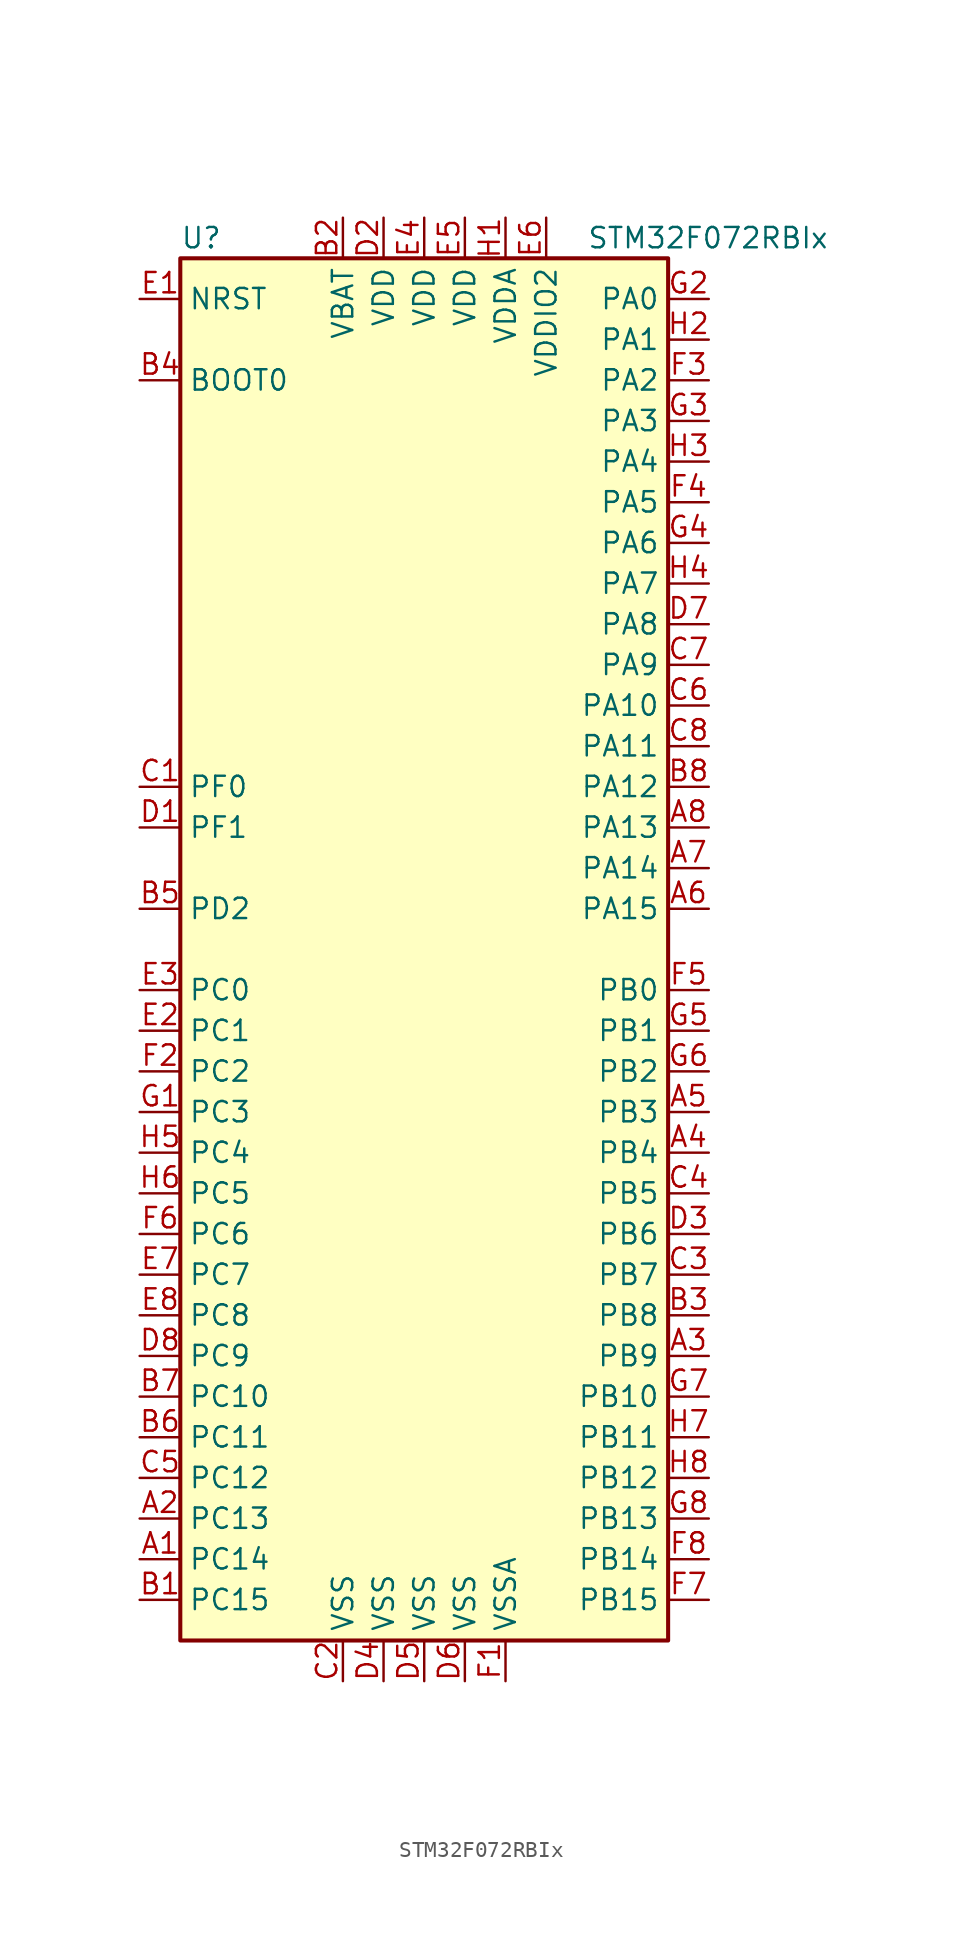
<source format=kicad_sym>
(kicad_symbol_lib
  (version 20201005)
  (generator kicad_symbol_editor)
  (symbol "STM32F072RBIx"
    (property "Reference" "U"
      (at -15.24 44.45 0)
      (effects (font (size 1.27 1.27)) (justify left)))
    (property "Value" "STM32F072RBIx"
      (at 10.16 44.45 0)
      (effects (font (size 1.27 1.27)) (justify left)))
    (symbol "STM32F072RBIx_0_1"
      (rectangle (start -15.24 -43.18) (end 15.24 43.18) (stroke (width 0.254)) (fill (type background))))
    (symbol "STM32F072RBIx_1_1"
      (pin bidirectional line (at -17.78 -38.1 0) (length 2.54) (name "PC14" (effects (font (size 1.27 1.27)))) (number "A1" (effects (font (size 1.27 1.27)))))
      (pin bidirectional line (at -17.78 -35.56 0) (length 2.54) (name "PC13" (effects (font (size 1.27 1.27)))) (number "A2" (effects (font (size 1.27 1.27)))))
      (pin bidirectional line (at 17.78 -25.4 180) (length 2.54) (name "PB9" (effects (font (size 1.27 1.27)))) (number "A3" (effects (font (size 1.27 1.27)))))
      (pin bidirectional line (at 17.78 -12.7 180) (length 2.54) (name "PB4" (effects (font (size 1.27 1.27)))) (number "A4" (effects (font (size 1.27 1.27)))))
      (pin bidirectional line (at 17.78 -10.16 180) (length 2.54) (name "PB3" (effects (font (size 1.27 1.27)))) (number "A5" (effects (font (size 1.27 1.27)))))
      (pin bidirectional line (at 17.78 2.54 180) (length 2.54) (name "PA15" (effects (font (size 1.27 1.27)))) (number "A6" (effects (font (size 1.27 1.27)))))
      (pin bidirectional line (at 17.78 5.08 180) (length 2.54) (name "PA14" (effects (font (size 1.27 1.27)))) (number "A7" (effects (font (size 1.27 1.27)))))
      (pin bidirectional line (at 17.78 7.62 180) (length 2.54) (name "PA13" (effects (font (size 1.27 1.27)))) (number "A8" (effects (font (size 1.27 1.27)))))
      (pin bidirectional line (at -17.78 -40.64 0) (length 2.54) (name "PC15" (effects (font (size 1.27 1.27)))) (number "B1" (effects (font (size 1.27 1.27)))))
      (pin power_in line (at -5.08 45.72 270) (length 2.54) (name "VBAT" (effects (font (size 1.27 1.27)))) (number "B2" (effects (font (size 1.27 1.27)))))
      (pin bidirectional line (at 17.78 -22.86 180) (length 2.54) (name "PB8" (effects (font (size 1.27 1.27)))) (number "B3" (effects (font (size 1.27 1.27)))))
      (pin input line (at -17.78 35.56 0) (length 2.54) (name "BOOT0" (effects (font (size 1.27 1.27)))) (number "B4" (effects (font (size 1.27 1.27)))))
      (pin bidirectional line (at -17.78 2.54 0) (length 2.54) (name "PD2" (effects (font (size 1.27 1.27)))) (number "B5" (effects (font (size 1.27 1.27)))))
      (pin bidirectional line (at -17.78 -30.48 0) (length 2.54) (name "PC11" (effects (font (size 1.27 1.27)))) (number "B6" (effects (font (size 1.27 1.27)))))
      (pin bidirectional line (at -17.78 -27.94 0) (length 2.54) (name "PC10" (effects (font (size 1.27 1.27)))) (number "B7" (effects (font (size 1.27 1.27)))))
      (pin bidirectional line (at 17.78 10.16 180) (length 2.54) (name "PA12" (effects (font (size 1.27 1.27)))) (number "B8" (effects (font (size 1.27 1.27)))))
      (pin input line (at -17.78 10.16 0) (length 2.54) (name "PF0" (effects (font (size 1.27 1.27)))) (number "C1" (effects (font (size 1.27 1.27)))))
      (pin power_in line (at -5.08 -45.72 90) (length 2.54) (name "VSS" (effects (font (size 1.27 1.27)))) (number "C2" (effects (font (size 1.27 1.27)))))
      (pin bidirectional line (at 17.78 -20.32 180) (length 2.54) (name "PB7" (effects (font (size 1.27 1.27)))) (number "C3" (effects (font (size 1.27 1.27)))))
      (pin bidirectional line (at 17.78 -15.24 180) (length 2.54) (name "PB5" (effects (font (size 1.27 1.27)))) (number "C4" (effects (font (size 1.27 1.27)))))
      (pin bidirectional line (at -17.78 -33.02 0) (length 2.54) (name "PC12" (effects (font (size 1.27 1.27)))) (number "C5" (effects (font (size 1.27 1.27)))))
      (pin bidirectional line (at 17.78 15.24 180) (length 2.54) (name "PA10" (effects (font (size 1.27 1.27)))) (number "C6" (effects (font (size 1.27 1.27)))))
      (pin bidirectional line (at 17.78 17.78 180) (length 2.54) (name "PA9" (effects (font (size 1.27 1.27)))) (number "C7" (effects (font (size 1.27 1.27)))))
      (pin bidirectional line (at 17.78 12.7 180) (length 2.54) (name "PA11" (effects (font (size 1.27 1.27)))) (number "C8" (effects (font (size 1.27 1.27)))))
      (pin input line (at -17.78 7.62 0) (length 2.54) (name "PF1" (effects (font (size 1.27 1.27)))) (number "D1" (effects (font (size 1.27 1.27)))))
      (pin power_in line (at -2.54 45.72 270) (length 2.54) (name "VDD" (effects (font (size 1.27 1.27)))) (number "D2" (effects (font (size 1.27 1.27)))))
      (pin bidirectional line (at 17.78 -17.78 180) (length 2.54) (name "PB6" (effects (font (size 1.27 1.27)))) (number "D3" (effects (font (size 1.27 1.27)))))
      (pin power_in line (at -2.54 -45.72 90) (length 2.54) (name "VSS" (effects (font (size 1.27 1.27)))) (number "D4" (effects (font (size 1.27 1.27)))))
      (pin power_in line (at 0 -45.72 90) (length 2.54) (name "VSS" (effects (font (size 1.27 1.27)))) (number "D5" (effects (font (size 1.27 1.27)))))
      (pin power_in line (at 2.54 -45.72 90) (length 2.54) (name "VSS" (effects (font (size 1.27 1.27)))) (number "D6" (effects (font (size 1.27 1.27)))))
      (pin bidirectional line (at 17.78 20.32 180) (length 2.54) (name "PA8" (effects (font (size 1.27 1.27)))) (number "D7" (effects (font (size 1.27 1.27)))))
      (pin bidirectional line (at -17.78 -25.4 0) (length 2.54) (name "PC9" (effects (font (size 1.27 1.27)))) (number "D8" (effects (font (size 1.27 1.27)))))
      (pin input line (at -17.78 40.64 0) (length 2.54) (name "NRST" (effects (font (size 1.27 1.27)))) (number "E1" (effects (font (size 1.27 1.27)))))
      (pin bidirectional line (at -17.78 -5.08 0) (length 2.54) (name "PC1" (effects (font (size 1.27 1.27)))) (number "E2" (effects (font (size 1.27 1.27)))))
      (pin bidirectional line (at -17.78 -2.54 0) (length 2.54) (name "PC0" (effects (font (size 1.27 1.27)))) (number "E3" (effects (font (size 1.27 1.27)))))
      (pin power_in line (at 0 45.72 270) (length 2.54) (name "VDD" (effects (font (size 1.27 1.27)))) (number "E4" (effects (font (size 1.27 1.27)))))
      (pin power_in line (at 2.54 45.72 270) (length 2.54) (name "VDD" (effects (font (size 1.27 1.27)))) (number "E5" (effects (font (size 1.27 1.27)))))
      (pin power_in line (at 7.62 45.72 270) (length 2.54) (name "VDDIO2" (effects (font (size 1.27 1.27)))) (number "E6" (effects (font (size 1.27 1.27)))))
      (pin bidirectional line (at -17.78 -20.32 0) (length 2.54) (name "PC7" (effects (font (size 1.27 1.27)))) (number "E7" (effects (font (size 1.27 1.27)))))
      (pin bidirectional line (at -17.78 -22.86 0) (length 2.54) (name "PC8" (effects (font (size 1.27 1.27)))) (number "E8" (effects (font (size 1.27 1.27)))))
      (pin power_in line (at 5.08 -45.72 90) (length 2.54) (name "VSSA" (effects (font (size 1.27 1.27)))) (number "F1" (effects (font (size 1.27 1.27)))))
      (pin bidirectional line (at -17.78 -7.62 0) (length 2.54) (name "PC2" (effects (font (size 1.27 1.27)))) (number "F2" (effects (font (size 1.27 1.27)))))
      (pin bidirectional line (at 17.78 35.56 180) (length 2.54) (name "PA2" (effects (font (size 1.27 1.27)))) (number "F3" (effects (font (size 1.27 1.27)))))
      (pin bidirectional line (at 17.78 27.94 180) (length 2.54) (name "PA5" (effects (font (size 1.27 1.27)))) (number "F4" (effects (font (size 1.27 1.27)))))
      (pin bidirectional line (at 17.78 -2.54 180) (length 2.54) (name "PB0" (effects (font (size 1.27 1.27)))) (number "F5" (effects (font (size 1.27 1.27)))))
      (pin bidirectional line (at -17.78 -17.78 0) (length 2.54) (name "PC6" (effects (font (size 1.27 1.27)))) (number "F6" (effects (font (size 1.27 1.27)))))
      (pin bidirectional line (at 17.78 -40.64 180) (length 2.54) (name "PB15" (effects (font (size 1.27 1.27)))) (number "F7" (effects (font (size 1.27 1.27)))))
      (pin bidirectional line (at 17.78 -38.1 180) (length 2.54) (name "PB14" (effects (font (size 1.27 1.27)))) (number "F8" (effects (font (size 1.27 1.27)))))
      (pin bidirectional line (at -17.78 -10.16 0) (length 2.54) (name "PC3" (effects (font (size 1.27 1.27)))) (number "G1" (effects (font (size 1.27 1.27)))))
      (pin bidirectional line (at 17.78 40.64 180) (length 2.54) (name "PA0" (effects (font (size 1.27 1.27)))) (number "G2" (effects (font (size 1.27 1.27)))))
      (pin bidirectional line (at 17.78 33.02 180) (length 2.54) (name "PA3" (effects (font (size 1.27 1.27)))) (number "G3" (effects (font (size 1.27 1.27)))))
      (pin bidirectional line (at 17.78 25.4 180) (length 2.54) (name "PA6" (effects (font (size 1.27 1.27)))) (number "G4" (effects (font (size 1.27 1.27)))))
      (pin bidirectional line (at 17.78 -5.08 180) (length 2.54) (name "PB1" (effects (font (size 1.27 1.27)))) (number "G5" (effects (font (size 1.27 1.27)))))
      (pin bidirectional line (at 17.78 -7.62 180) (length 2.54) (name "PB2" (effects (font (size 1.27 1.27)))) (number "G6" (effects (font (size 1.27 1.27)))))
      (pin bidirectional line (at 17.78 -27.94 180) (length 2.54) (name "PB10" (effects (font (size 1.27 1.27)))) (number "G7" (effects (font (size 1.27 1.27)))))
      (pin bidirectional line (at 17.78 -35.56 180) (length 2.54) (name "PB13" (effects (font (size 1.27 1.27)))) (number "G8" (effects (font (size 1.27 1.27)))))
      (pin power_in line (at 5.08 45.72 270) (length 2.54) (name "VDDA" (effects (font (size 1.27 1.27)))) (number "H1" (effects (font (size 1.27 1.27)))))
      (pin bidirectional line (at 17.78 38.1 180) (length 2.54) (name "PA1" (effects (font (size 1.27 1.27)))) (number "H2" (effects (font (size 1.27 1.27)))))
      (pin bidirectional line (at 17.78 30.48 180) (length 2.54) (name "PA4" (effects (font (size 1.27 1.27)))) (number "H3" (effects (font (size 1.27 1.27)))))
      (pin bidirectional line (at 17.78 22.86 180) (length 2.54) (name "PA7" (effects (font (size 1.27 1.27)))) (number "H4" (effects (font (size 1.27 1.27)))))
      (pin bidirectional line (at -17.78 -12.7 0) (length 2.54) (name "PC4" (effects (font (size 1.27 1.27)))) (number "H5" (effects (font (size 1.27 1.27)))))
      (pin bidirectional line (at -17.78 -15.24 0) (length 2.54) (name "PC5" (effects (font (size 1.27 1.27)))) (number "H6" (effects (font (size 1.27 1.27)))))
      (pin bidirectional line (at 17.78 -30.48 180) (length 2.54) (name "PB11" (effects (font (size 1.27 1.27)))) (number "H7" (effects (font (size 1.27 1.27)))))
      (pin bidirectional line (at 17.78 -33.02 180) (length 2.54) (name "PB12" (effects (font (size 1.27 1.27)))) (number "H8" (effects (font (size 1.27 1.27))))))))
</source>
